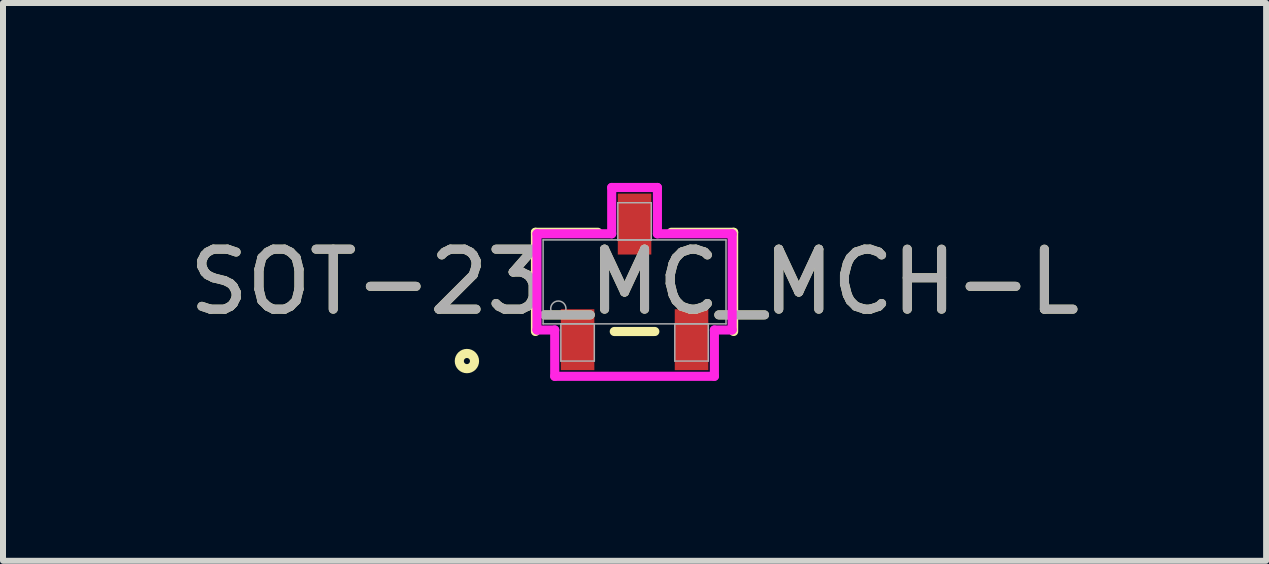
<source format=kicad_pcb>
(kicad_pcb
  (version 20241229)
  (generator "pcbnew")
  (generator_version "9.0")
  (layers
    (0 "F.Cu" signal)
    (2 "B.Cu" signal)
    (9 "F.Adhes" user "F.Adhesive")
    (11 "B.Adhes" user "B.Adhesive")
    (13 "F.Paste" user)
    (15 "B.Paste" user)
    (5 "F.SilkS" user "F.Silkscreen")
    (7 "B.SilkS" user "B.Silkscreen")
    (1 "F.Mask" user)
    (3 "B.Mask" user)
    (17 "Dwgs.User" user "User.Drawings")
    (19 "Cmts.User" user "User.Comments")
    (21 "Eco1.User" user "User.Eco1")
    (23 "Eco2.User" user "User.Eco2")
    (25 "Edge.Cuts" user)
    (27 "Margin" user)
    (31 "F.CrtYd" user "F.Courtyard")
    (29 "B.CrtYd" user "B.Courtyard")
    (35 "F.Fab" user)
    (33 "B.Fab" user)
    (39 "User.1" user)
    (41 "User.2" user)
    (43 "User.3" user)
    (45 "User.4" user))
  (footprint "SOT-23_MC_MCH-L"
    (layer "F.Cu")
    (at 7.53 1.65)
    (property "Reference" "SOT-23_MC_MCH-L" (at 0 0 0) (unlocked yes) (layer "F.SilkS") (effects (font (size 1 1) (thickness 0.15))))
    (attr smd)
    (fp_line (start -1.652 -0.827) (end -1.652 0.827) (stroke (width 0.152) (type solid)) (layer "F.SilkS"))
    (fp_line (start -0.612 -0.827) (end -1.652 -0.827) (stroke (width 0.152) (type solid)) (layer "F.SilkS"))
    (fp_line (start -0.338 0.827) (end 0.338 0.827) (stroke (width 0.152) (type solid)) (layer "F.SilkS"))
    (fp_line (start 1.652 -0.827) (end 0.612 -0.827) (stroke (width 0.152) (type solid)) (layer "F.SilkS"))
    (fp_line (start 1.652 0.827) (end 1.652 -0.827) (stroke (width 0.152) (type solid)) (layer "F.SilkS"))
    (fp_circle (center -2.795 1.32) (end -2.668 1.32) (stroke (width 0.152) (type solid)) (fill no) (layer "F.SilkS"))
    (fp_line (start -1.627 -0.802) (end -0.381 -0.802) (stroke (width 0.152) (type solid)) (layer "F.CrtYd"))
    (fp_line (start -1.627 0.802) (end -1.627 -0.802) (stroke (width 0.152) (type solid)) (layer "F.CrtYd"))
    (fp_line (start -1.627 0.802) (end -1.331 0.802) (stroke (width 0.152) (type solid)) (layer "F.CrtYd"))
    (fp_line (start -1.331 0.802) (end -1.331 1.574) (stroke (width 0.152) (type solid)) (layer "F.CrtYd"))
    (fp_line (start -1.331 1.574) (end 1.331 1.574) (stroke (width 0.152) (type solid)) (layer "F.CrtYd"))
    (fp_line (start -0.381 -1.574) (end 0.381 -1.574) (stroke (width 0.152) (type solid)) (layer "F.CrtYd"))
    (fp_line (start -0.381 -0.802) (end -0.381 -1.574) (stroke (width 0.152) (type solid)) (layer "F.CrtYd"))
    (fp_line (start 0.381 -0.802) (end 0.381 -1.574) (stroke (width 0.152) (type solid)) (layer "F.CrtYd"))
    (fp_line (start 1.331 0.802) (end 1.331 1.574) (stroke (width 0.152) (type solid)) (layer "F.CrtYd"))
    (fp_line (start 1.627 -0.802) (end 0.381 -0.802) (stroke (width 0.152) (type solid)) (layer "F.CrtYd"))
    (fp_line (start 1.627 -0.802) (end 1.627 0.802) (stroke (width 0.152) (type solid)) (layer "F.CrtYd"))
    (fp_line (start 1.627 0.802) (end 1.331 0.802) (stroke (width 0.152) (type solid)) (layer "F.CrtYd"))
    (fp_line (start -1.525 -0.7) (end -1.525 0.7) (stroke (width 0.025) (type solid)) (layer "F.Fab"))
    (fp_line (start -1.525 0.7) (end 1.525 0.7) (stroke (width 0.025) (type solid)) (layer "F.Fab"))
    (fp_line (start -1.229 0.7) (end -1.229 1.32) (stroke (width 0.025) (type solid)) (layer "F.Fab"))
    (fp_line (start -1.229 1.32) (end -0.671 1.32) (stroke (width 0.025) (type solid)) (layer "F.Fab"))
    (fp_line (start -0.671 0.7) (end -1.229 0.7) (stroke (width 0.025) (type solid)) (layer "F.Fab"))
    (fp_line (start -0.671 1.32) (end -0.671 0.7) (stroke (width 0.025) (type solid)) (layer "F.Fab"))
    (fp_line (start -0.279 -1.32) (end -0.279 -0.7) (stroke (width 0.025) (type solid)) (layer "F.Fab"))
    (fp_line (start -0.279 -0.7) (end 0.279 -0.7) (stroke (width 0.025) (type solid)) (layer "F.Fab"))
    (fp_line (start 0.279 -1.32) (end -0.279 -1.32) (stroke (width 0.025) (type solid)) (layer "F.Fab"))
    (fp_line (start 0.279 -0.7) (end 0.279 -1.32) (stroke (width 0.025) (type solid)) (layer "F.Fab"))
    (fp_line (start 0.671 0.7) (end 0.671 1.32) (stroke (width 0.025) (type solid)) (layer "F.Fab"))
    (fp_line (start 0.671 1.32) (end 1.229 1.32) (stroke (width 0.025) (type solid)) (layer "F.Fab"))
    (fp_line (start 1.229 0.7) (end 0.671 0.7) (stroke (width 0.025) (type solid)) (layer "F.Fab"))
    (fp_line (start 1.229 1.32) (end 1.229 0.7) (stroke (width 0.025) (type solid)) (layer "F.Fab"))
    (fp_line (start 1.525 -0.7) (end -1.525 -0.7) (stroke (width 0.025) (type solid)) (layer "F.Fab"))
    (fp_line (start 1.525 0.7) (end 1.525 -0.7) (stroke (width 0.025) (type solid)) (layer "F.Fab"))
    (fp_circle (center -1.271 0.446) (end -1.144 0.446) (stroke (width 0.025) (type solid)) (fill no) (layer "F.Fab"))
    (fp_text user "${REFERENCE}" (at 0 0 0) (unlocked yes) (layer "F.Fab") (effects (font (size 1 1) (thickness 0.15))))
    (pad "1" smd rect (at -0.95 0.964) (size 0.559 1.016) (layers "F.Cu" "F.Mask" "F.Paste"))
    (pad "2" smd rect (at 0.95 0.964) (size 0.559 1.016) (layers "F.Cu" "F.Mask" "F.Paste"))
    (pad "3" smd rect (at 0 -0.964) (size 0.559 1.016) (layers "F.Cu" "F.Mask" "F.Paste")))
  (gr_rect
    (start -3 -3)
    (end 18.06 6.3)
    (stroke (width 0.1) (type default))
    (fill no)
    (layer "Edge.Cuts")))
</source>
